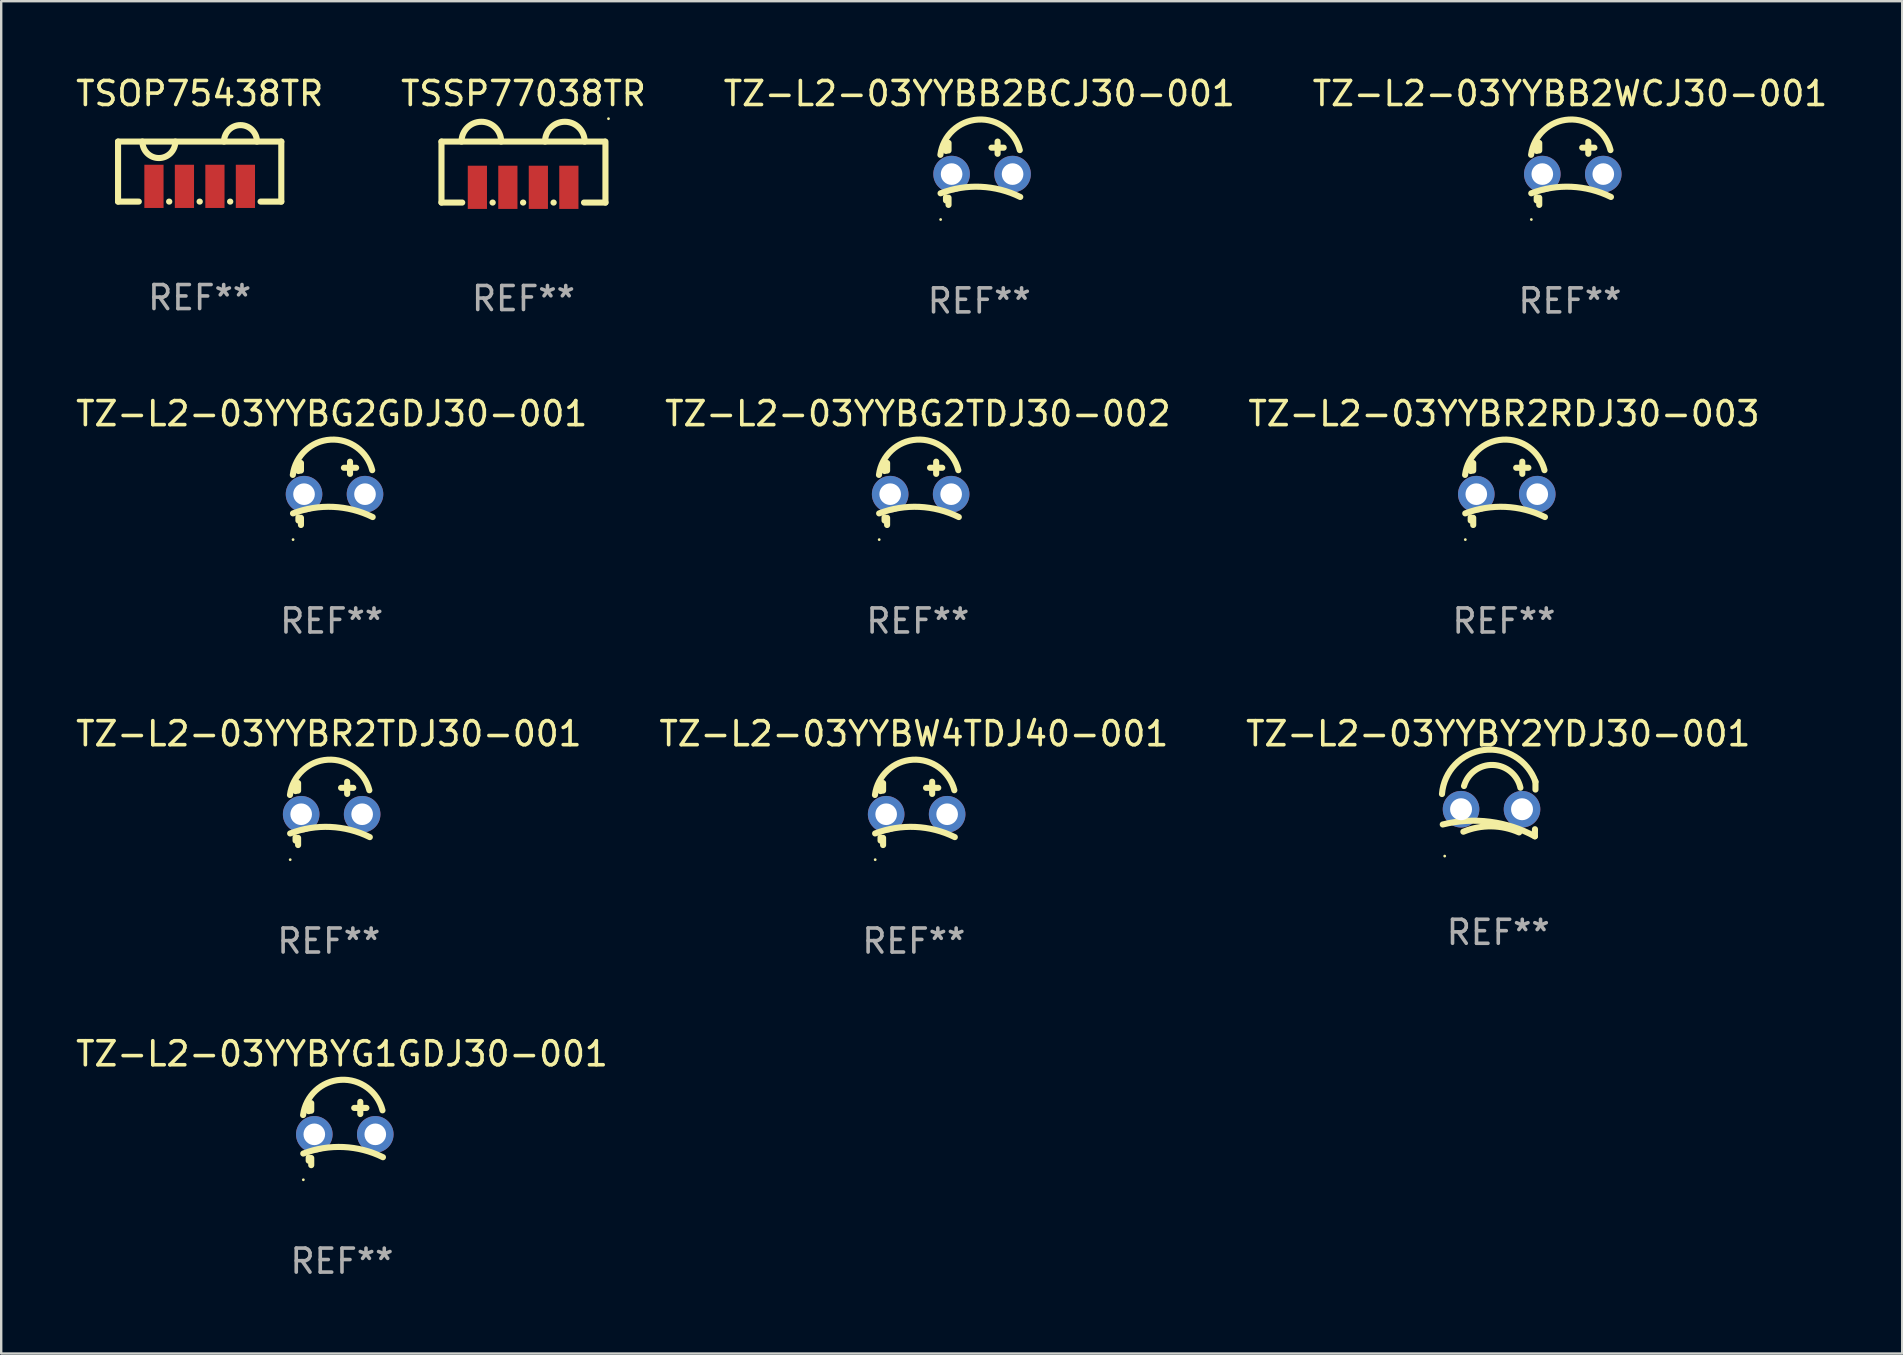
<source format=kicad_pcb>
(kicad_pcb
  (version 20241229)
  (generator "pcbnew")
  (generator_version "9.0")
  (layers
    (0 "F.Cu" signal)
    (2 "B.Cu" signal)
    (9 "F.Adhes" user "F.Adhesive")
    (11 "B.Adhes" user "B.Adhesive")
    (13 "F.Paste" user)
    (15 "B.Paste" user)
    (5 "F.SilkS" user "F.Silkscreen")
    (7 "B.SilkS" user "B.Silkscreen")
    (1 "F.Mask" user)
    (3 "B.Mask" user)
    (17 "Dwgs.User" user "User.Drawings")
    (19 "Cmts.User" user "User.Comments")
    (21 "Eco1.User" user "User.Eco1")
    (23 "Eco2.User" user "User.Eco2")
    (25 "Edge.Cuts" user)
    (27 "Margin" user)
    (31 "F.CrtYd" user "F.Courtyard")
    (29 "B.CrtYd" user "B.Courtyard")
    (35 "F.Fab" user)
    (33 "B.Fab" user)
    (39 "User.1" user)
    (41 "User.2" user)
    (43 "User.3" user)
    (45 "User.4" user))
  (footprint "TZ-L2-03YYBYG1GDJ30-001"
    (layer "F.Cu")
    (at 11.196 44.168)
    (property "Reference" "TZ-L2-03YYBYG1GDJ30-001" (at 0 -3.319 0) (layer "F.SilkS") (effects (font (size 1 1) (thickness 0.15))))
    (attr through_hole)
    (fp_line (start -1.387 -1.142) (end -1.387 -0.93) (stroke (width 0.254) (type solid)) (layer "F.SilkS"))
    (fp_line (start -1.387 1) (end -1.387 1.132) (stroke (width 0.254) (type solid)) (layer "F.SilkS"))
    (fp_line (start -1.281 -1.264) (end -1.281 -0.949) (stroke (width 0.254) (type solid)) (layer "F.SilkS"))
    (fp_line (start -1.281 1.02) (end -1.281 1.319) (stroke (width 0.254) (type solid)) (layer "F.SilkS"))
    (fp_line (start 0.509 -1.065) (end 1.017 -1.065) (stroke (width 0.254) (type solid)) (layer "F.SilkS"))
    (fp_line (start 0.763 -1.319) (end 0.763 -0.811) (stroke (width 0.254) (type solid)) (layer "F.SilkS"))
    (fp_arc (start -1.620104 -0.767996) (mid -0.04794 -2.236357) (end 1.687109 -0.964592) (stroke (width 0.254001) (type solid)) (layer "F.SilkS"))
    (fp_arc (start -1.612891 0.835408) (mid 0.062803 0.564148) (end 1.70654 0.988011) (stroke (width 0.254001) (type solid)) (layer "F.SilkS"))
    (fp_circle (center -1.61 1.928) (end -1.58 1.928) (stroke (width 0.06) (type solid)) (fill no) (layer "F.SilkS"))
    (fp_text user "REF**" (at 0 5.319 0) (layer "F.Fab") (effects (font (size 1 1) (thickness 0.15))))
    (pad "1" thru_hole circle (at -1.153 0.035) (size 1.524 1.524) (drill 0.9) (layers "*.Cu" "*.Mask"))
    (pad "2" thru_hole circle (at 1.387 0.035) (size 1.524 1.524) (drill 0.9) (layers "*.Cu" "*.Mask")))
  (footprint "TZ-L2-03YYBB2WCJ30-001"
    (layer "F.Cu")
    (at 62.351 4.167)
    (property "Reference" "TZ-L2-03YYBB2WCJ30-001" (at 0 -3.319 0) (layer "F.SilkS") (effects (font (size 1 1) (thickness 0.15))))
    (attr through_hole)
    (fp_line (start -1.387 -1.142) (end -1.387 -0.93) (stroke (width 0.254) (type solid)) (layer "F.SilkS"))
    (fp_line (start -1.387 1) (end -1.387 1.132) (stroke (width 0.254) (type solid)) (layer "F.SilkS"))
    (fp_line (start -1.281 -1.264) (end -1.281 -0.949) (stroke (width 0.254) (type solid)) (layer "F.SilkS"))
    (fp_line (start -1.281 1.02) (end -1.281 1.319) (stroke (width 0.254) (type solid)) (layer "F.SilkS"))
    (fp_line (start 0.509 -1.065) (end 1.017 -1.065) (stroke (width 0.254) (type solid)) (layer "F.SilkS"))
    (fp_line (start 0.763 -1.319) (end 0.763 -0.811) (stroke (width 0.254) (type solid)) (layer "F.SilkS"))
    (fp_arc (start -1.620104 -0.767996) (mid -0.04794 -2.236357) (end 1.687109 -0.964592) (stroke (width 0.254001) (type solid)) (layer "F.SilkS"))
    (fp_arc (start -1.612891 0.835408) (mid 0.062803 0.564148) (end 1.70654 0.988011) (stroke (width 0.254001) (type solid)) (layer "F.SilkS"))
    (fp_circle (center -1.61 1.928) (end -1.58 1.928) (stroke (width 0.06) (type solid)) (fill no) (layer "F.SilkS"))
    (fp_text user "REF**" (at 0 5.319 0) (layer "F.Fab") (effects (font (size 1 1) (thickness 0.15))))
    (pad "1" thru_hole circle (at -1.153 0.035) (size 1.524 1.524) (drill 0.9) (layers "*.Cu" "*.Mask"))
    (pad "2" thru_hole circle (at 1.387 0.035) (size 1.524 1.524) (drill 0.9) (layers "*.Cu" "*.Mask")))
  (footprint "TZ-L2-03YYBR2RDJ30-003"
    (layer "F.Cu")
    (at 59.601 17.501)
    (property "Reference" "TZ-L2-03YYBR2RDJ30-003" (at 0 -3.319 0) (layer "F.SilkS") (effects (font (size 1 1) (thickness 0.15))))
    (attr through_hole)
    (fp_line (start -1.387 -1.142) (end -1.387 -0.93) (stroke (width 0.254) (type solid)) (layer "F.SilkS"))
    (fp_line (start -1.387 1) (end -1.387 1.132) (stroke (width 0.254) (type solid)) (layer "F.SilkS"))
    (fp_line (start -1.281 -1.264) (end -1.281 -0.949) (stroke (width 0.254) (type solid)) (layer "F.SilkS"))
    (fp_line (start -1.281 1.02) (end -1.281 1.319) (stroke (width 0.254) (type solid)) (layer "F.SilkS"))
    (fp_line (start 0.509 -1.065) (end 1.017 -1.065) (stroke (width 0.254) (type solid)) (layer "F.SilkS"))
    (fp_line (start 0.763 -1.319) (end 0.763 -0.811) (stroke (width 0.254) (type solid)) (layer "F.SilkS"))
    (fp_arc (start -1.620104 -0.767996) (mid -0.04794 -2.236357) (end 1.687109 -0.964592) (stroke (width 0.254001) (type solid)) (layer "F.SilkS"))
    (fp_arc (start -1.612891 0.835408) (mid 0.062803 0.564148) (end 1.70654 0.988011) (stroke (width 0.254001) (type solid)) (layer "F.SilkS"))
    (fp_circle (center -1.61 1.928) (end -1.58 1.928) (stroke (width 0.06) (type solid)) (fill no) (layer "F.SilkS"))
    (fp_text user "REF**" (at 0 5.319 0) (layer "F.Fab") (effects (font (size 1 1) (thickness 0.15))))
    (pad "1" thru_hole circle (at -1.153 0.035) (size 1.524 1.524) (drill 0.9) (layers "*.Cu" "*.Mask"))
    (pad "2" thru_hole circle (at 1.387 0.035) (size 1.524 1.524) (drill 0.9) (layers "*.Cu" "*.Mask")))
  (footprint "TZ-L2-03YYBG2GDJ30-001"
    (layer "F.Cu")
    (at 10.768 17.501)
    (property "Reference" "TZ-L2-03YYBG2GDJ30-001" (at 0 -3.319 0) (layer "F.SilkS") (effects (font (size 1 1) (thickness 0.15))))
    (attr through_hole)
    (fp_line (start -1.387 -1.142) (end -1.387 -0.93) (stroke (width 0.254) (type solid)) (layer "F.SilkS"))
    (fp_line (start -1.387 1) (end -1.387 1.132) (stroke (width 0.254) (type solid)) (layer "F.SilkS"))
    (fp_line (start -1.281 -1.264) (end -1.281 -0.949) (stroke (width 0.254) (type solid)) (layer "F.SilkS"))
    (fp_line (start -1.281 1.02) (end -1.281 1.319) (stroke (width 0.254) (type solid)) (layer "F.SilkS"))
    (fp_line (start 0.509 -1.065) (end 1.017 -1.065) (stroke (width 0.254) (type solid)) (layer "F.SilkS"))
    (fp_line (start 0.763 -1.319) (end 0.763 -0.811) (stroke (width 0.254) (type solid)) (layer "F.SilkS"))
    (fp_arc (start -1.620104 -0.767996) (mid -0.04794 -2.236357) (end 1.687109 -0.964592) (stroke (width 0.254001) (type solid)) (layer "F.SilkS"))
    (fp_arc (start -1.612891 0.835408) (mid 0.062803 0.564148) (end 1.70654 0.988011) (stroke (width 0.254001) (type solid)) (layer "F.SilkS"))
    (fp_circle (center -1.61 1.928) (end -1.58 1.928) (stroke (width 0.06) (type solid)) (fill no) (layer "F.SilkS"))
    (fp_text user "REF**" (at 0 5.319 0) (layer "F.Fab") (effects (font (size 1 1) (thickness 0.15))))
    (pad "1" thru_hole circle (at -1.153 0.035) (size 1.524 1.524) (drill 0.9) (layers "*.Cu" "*.Mask"))
    (pad "2" thru_hole circle (at 1.387 0.035) (size 1.524 1.524) (drill 0.9) (layers "*.Cu" "*.Mask")))
  (footprint "TSOP75438TR"
    (layer "F.Cu")
    (at 5.268 4.098)
    (property "Reference" "TSOP75438TR" (at 0 -3.25 0) (layer "F.SilkS") (effects (font (size 1 1) (thickness 0.15))))
    (attr through_hole)
    (fp_line (start -3.4 -1.25) (end -3.4 1.25) (stroke (width 0.254) (type solid)) (layer "F.SilkS"))
    (fp_line (start -3.4 1.25) (end -2.536 1.25) (stroke (width 0.254) (type solid)) (layer "F.SilkS"))
    (fp_line (start -1.274 1.25) (end -1.266 1.25) (stroke (width 0.254) (type solid)) (layer "F.SilkS"))
    (fp_line (start -0.004 1.25) (end 0.004 1.25) (stroke (width 0.254) (type solid)) (layer "F.SilkS"))
    (fp_line (start 1.266 1.25) (end 1.274 1.25) (stroke (width 0.254) (type solid)) (layer "F.SilkS"))
    (fp_line (start 2.536 1.25) (end 3.4 1.25) (stroke (width 0.254) (type solid)) (layer "F.SilkS"))
    (fp_line (start 3.4 -1.25) (end -3.4 -1.25) (stroke (width 0.254) (type solid)) (layer "F.SilkS"))
    (fp_line (start 3.4 -1.25) (end 3.4 1.25) (stroke (width 0.254) (type solid)) (layer "F.SilkS"))
    (fp_arc (start -1.014199 -1.25) (mid -1.7 -0.564199) (end -2.385801 -1.25) (stroke (width 0.254001) (type solid)) (layer "F.SilkS"))
    (fp_arc (start 1.014199 -1.25) (mid 1.7 -1.935801) (end 2.385801 -1.25) (stroke (width 0.254001) (type solid)) (layer "F.SilkS"))
    (fp_text user "REF**" (at 0 5.25 0) (layer "F.Fab") (effects (font (size 1 1) (thickness 0.15))))
    (pad "1" smd rect (at 1.905 0.615) (size 0.8 1.8) (layers "F.Cu" "F.Mask" "F.Paste"))
    (pad "2" smd rect (at 0.635 0.615) (size 0.8 1.8) (layers "F.Cu" "F.Mask" "F.Paste"))
    (pad "3" smd rect (at -0.635 0.615) (size 0.8 1.8) (layers "F.Cu" "F.Mask" "F.Paste"))
    (pad "4" smd rect (at -1.905 0.615) (size 0.8 1.8) (layers "F.Cu" "F.Mask" "F.Paste")))
  (footprint "TZ-L2-03YYBW4TDJ40-001"
    (layer "F.Cu")
    (at 35.018 30.834)
    (property "Reference" "TZ-L2-03YYBW4TDJ40-001" (at 0 -3.319 0) (layer "F.SilkS") (effects (font (size 1 1) (thickness 0.15))))
    (attr through_hole)
    (fp_line (start -1.387 -1.142) (end -1.387 -0.93) (stroke (width 0.254) (type solid)) (layer "F.SilkS"))
    (fp_line (start -1.387 1) (end -1.387 1.132) (stroke (width 0.254) (type solid)) (layer "F.SilkS"))
    (fp_line (start -1.281 -1.264) (end -1.281 -0.949) (stroke (width 0.254) (type solid)) (layer "F.SilkS"))
    (fp_line (start -1.281 1.02) (end -1.281 1.319) (stroke (width 0.254) (type solid)) (layer "F.SilkS"))
    (fp_line (start 0.509 -1.065) (end 1.017 -1.065) (stroke (width 0.254) (type solid)) (layer "F.SilkS"))
    (fp_line (start 0.763 -1.319) (end 0.763 -0.811) (stroke (width 0.254) (type solid)) (layer "F.SilkS"))
    (fp_arc (start -1.620104 -0.767996) (mid -0.04794 -2.236357) (end 1.687109 -0.964592) (stroke (width 0.254001) (type solid)) (layer "F.SilkS"))
    (fp_arc (start -1.612891 0.835408) (mid 0.062803 0.564148) (end 1.70654 0.988011) (stroke (width 0.254001) (type solid)) (layer "F.SilkS"))
    (fp_circle (center -1.61 1.928) (end -1.58 1.928) (stroke (width 0.06) (type solid)) (fill no) (layer "F.SilkS"))
    (fp_text user "REF**" (at 0 5.319 0) (layer "F.Fab") (effects (font (size 1 1) (thickness 0.15))))
    (pad "1" thru_hole circle (at -1.153 0.035) (size 1.524 1.524) (drill 0.9) (layers "*.Cu" "*.Mask"))
    (pad "2" thru_hole circle (at 1.387 0.035) (size 1.524 1.524) (drill 0.9) (layers "*.Cu" "*.Mask")))
  (footprint "TZ-L2-03YYBG2TDJ30-002"
    (layer "F.Cu")
    (at 35.185 17.501)
    (property "Reference" "TZ-L2-03YYBG2TDJ30-002" (at 0 -3.319 0) (layer "F.SilkS") (effects (font (size 1 1) (thickness 0.15))))
    (attr through_hole)
    (fp_line (start -1.387 -1.142) (end -1.387 -0.93) (stroke (width 0.254) (type solid)) (layer "F.SilkS"))
    (fp_line (start -1.387 1) (end -1.387 1.132) (stroke (width 0.254) (type solid)) (layer "F.SilkS"))
    (fp_line (start -1.281 -1.264) (end -1.281 -0.949) (stroke (width 0.254) (type solid)) (layer "F.SilkS"))
    (fp_line (start -1.281 1.02) (end -1.281 1.319) (stroke (width 0.254) (type solid)) (layer "F.SilkS"))
    (fp_line (start 0.509 -1.065) (end 1.017 -1.065) (stroke (width 0.254) (type solid)) (layer "F.SilkS"))
    (fp_line (start 0.763 -1.319) (end 0.763 -0.811) (stroke (width 0.254) (type solid)) (layer "F.SilkS"))
    (fp_arc (start -1.620104 -0.767996) (mid -0.04794 -2.236357) (end 1.687109 -0.964592) (stroke (width 0.254001) (type solid)) (layer "F.SilkS"))
    (fp_arc (start -1.612891 0.835408) (mid 0.062803 0.564148) (end 1.70654 0.988011) (stroke (width 0.254001) (type solid)) (layer "F.SilkS"))
    (fp_circle (center -1.61 1.928) (end -1.58 1.928) (stroke (width 0.06) (type solid)) (fill no) (layer "F.SilkS"))
    (fp_text user "REF**" (at 0 5.319 0) (layer "F.Fab") (effects (font (size 1 1) (thickness 0.15))))
    (pad "1" thru_hole circle (at -1.153 0.035) (size 1.524 1.524) (drill 0.9) (layers "*.Cu" "*.Mask"))
    (pad "2" thru_hole circle (at 1.387 0.035) (size 1.524 1.524) (drill 0.9) (layers "*.Cu" "*.Mask")))
  (footprint "TSSP77038TR"
    (layer "F.Cu")
    (at 18.756 4.118)
    (property "Reference" "TSSP77038TR" (at 0 -3.27 0) (layer "F.SilkS") (effects (font (size 1 1) (thickness 0.15))))
    (attr through_hole)
    (fp_line (start -3.415 -1.27) (end -3.415 1.27) (stroke (width 0.254) (type solid)) (layer "F.SilkS"))
    (fp_line (start -3.415 -1.27) (end 3.385 -1.27) (stroke (width 0.254) (type solid)) (layer "F.SilkS"))
    (fp_line (start -3.415 1.27) (end -2.551 1.27) (stroke (width 0.254) (type solid)) (layer "F.SilkS"))
    (fp_line (start -1.288 1.27) (end -1.281 1.27) (stroke (width 0.254) (type solid)) (layer "F.SilkS"))
    (fp_line (start -0.018 1.27) (end -0.011 1.27) (stroke (width 0.254) (type solid)) (layer "F.SilkS"))
    (fp_line (start 1.252 1.27) (end 1.259 1.27) (stroke (width 0.254) (type solid)) (layer "F.SilkS"))
    (fp_line (start 2.522 1.27) (end 3.415 1.27) (stroke (width 0.254) (type solid)) (layer "F.SilkS"))
    (fp_line (start 3.415 1.27) (end 3.415 -1.27) (stroke (width 0.254) (type solid)) (layer "F.SilkS"))
    (fp_arc (start -2.580441 -1.270003) (mid -1.75494 -2.095504) (end -0.929439 -1.270003) (stroke (width 0.254001) (type solid)) (layer "F.SilkS"))
    (fp_arc (start 0.899366 -1.270003) (mid 1.724867 -2.095504) (end 2.550368 -1.270003) (stroke (width 0.254001) (type solid)) (layer "F.SilkS"))
    (fp_circle (center 3.542 -2.223) (end 3.572 -2.223) (stroke (width 0.06) (type solid)) (fill no) (layer "F.SilkS"))
    (fp_text user "REF**" (at 0 5.27 0) (layer "F.Fab") (effects (font (size 1 1) (thickness 0.15))))
    (pad "1" smd rect (at 1.891 0.635) (size 0.8 1.8) (layers "F.Cu" "F.Mask" "F.Paste"))
    (pad "2" smd rect (at 0.62 0.635) (size 0.8 1.8) (layers "F.Cu" "F.Mask" "F.Paste"))
    (pad "3" smd rect (at -0.65 0.635) (size 0.8 1.8) (layers "F.Cu" "F.Mask" "F.Paste"))
    (pad "4" smd rect (at -1.92 0.635) (size 0.8 1.8) (layers "F.Cu" "F.Mask" "F.Paste")))
  (footprint "TZ-L2-03YYBY2YDJ30-001"
    (layer "F.Cu")
    (at 59.363 30.652)
    (property "Reference" "TZ-L2-03YYBY2YDJ30-001" (at 0 -3.137 0) (layer "F.SilkS") (effects (font (size 1 1) (thickness 0.15))))
    (attr through_hole)
    (fp_line (start 1.529 0.842) (end 1.525 1.137) (stroke (width 0.254) (type solid)) (layer "F.SilkS"))
    (fp_line (start 1.55 -1.137) (end 1.55 -0.811) (stroke (width 0.254) (type solid)) (layer "F.SilkS"))
    (fp_arc (start -2.344336 -0.624664) (mid -0.604362 -2.457931) (end 1.550229 -1.136525) (stroke (width 0.254001) (type solid)) (layer "F.SilkS"))
    (fp_arc (start -2.31223 0.643358) (mid -0.347208 0.529557) (end 1.525184 1.136526) (stroke (width 0.254001) (type solid)) (layer "F.SilkS"))
    (fp_arc (start -1.45348 0.944425) (mid -0.289454 0.72139) (end 0.868415 0.974448) (stroke (width 0.254001) (type solid)) (layer "F.SilkS"))
    (fp_arc (start -1.426174 -0.958548) (mid -0.223791 -1.836179) (end 0.922695 -0.88669) (stroke (width 0.254001) (type solid)) (layer "F.SilkS"))
    (fp_circle (center -2.231 1.96) (end -2.201 1.96) (stroke (width 0.06) (type solid)) (fill no) (layer "F.SilkS"))
    (fp_text user "REF**" (at 0 5.137 0) (layer "F.Fab") (effects (font (size 1 1) (thickness 0.15))))
    (pad "1" thru_hole circle (at -1.55 0.008) (size 1.524 1.524) (drill 0.914) (layers "*.Cu" "*.Mask"))
    (pad "2" thru_hole circle (at 0.99 0.008) (size 1.524 1.524) (drill 0.914) (layers "*.Cu" "*.Mask")))
  (footprint "TZ-L2-03YYBB2BCJ30-001"
    (layer "F.Cu")
    (at 37.744 4.167)
    (property "Reference" "TZ-L2-03YYBB2BCJ30-001" (at 0 -3.319 0) (layer "F.SilkS") (effects (font (size 1 1) (thickness 0.15))))
    (attr through_hole)
    (fp_line (start -1.387 -1.142) (end -1.387 -0.93) (stroke (width 0.254) (type solid)) (layer "F.SilkS"))
    (fp_line (start -1.387 1) (end -1.387 1.132) (stroke (width 0.254) (type solid)) (layer "F.SilkS"))
    (fp_line (start -1.281 -1.264) (end -1.281 -0.949) (stroke (width 0.254) (type solid)) (layer "F.SilkS"))
    (fp_line (start -1.281 1.02) (end -1.281 1.319) (stroke (width 0.254) (type solid)) (layer "F.SilkS"))
    (fp_line (start 0.509 -1.065) (end 1.017 -1.065) (stroke (width 0.254) (type solid)) (layer "F.SilkS"))
    (fp_line (start 0.763 -1.319) (end 0.763 -0.811) (stroke (width 0.254) (type solid)) (layer "F.SilkS"))
    (fp_arc (start -1.620104 -0.767996) (mid -0.04794 -2.236357) (end 1.687109 -0.964592) (stroke (width 0.254001) (type solid)) (layer "F.SilkS"))
    (fp_arc (start -1.612891 0.835408) (mid 0.062803 0.564148) (end 1.70654 0.988011) (stroke (width 0.254001) (type solid)) (layer "F.SilkS"))
    (fp_circle (center -1.61 1.928) (end -1.58 1.928) (stroke (width 0.06) (type solid)) (fill no) (layer "F.SilkS"))
    (fp_text user "REF**" (at 0 5.319 0) (layer "F.Fab") (effects (font (size 1 1) (thickness 0.15))))
    (pad "1" thru_hole circle (at -1.153 0.035) (size 1.524 1.524) (drill 0.9) (layers "*.Cu" "*.Mask"))
    (pad "2" thru_hole circle (at 1.387 0.035) (size 1.524 1.524) (drill 0.9) (layers "*.Cu" "*.Mask")))
  (footprint "TZ-L2-03YYBR2TDJ30-001"
    (layer "F.Cu")
    (at 10.649 30.834)
    (property "Reference" "TZ-L2-03YYBR2TDJ30-001" (at 0 -3.319 0) (layer "F.SilkS") (effects (font (size 1 1) (thickness 0.15))))
    (attr through_hole)
    (fp_line (start -1.387 -1.142) (end -1.387 -0.93) (stroke (width 0.254) (type solid)) (layer "F.SilkS"))
    (fp_line (start -1.387 1) (end -1.387 1.132) (stroke (width 0.254) (type solid)) (layer "F.SilkS"))
    (fp_line (start -1.281 -1.264) (end -1.281 -0.949) (stroke (width 0.254) (type solid)) (layer "F.SilkS"))
    (fp_line (start -1.281 1.02) (end -1.281 1.319) (stroke (width 0.254) (type solid)) (layer "F.SilkS"))
    (fp_line (start 0.509 -1.065) (end 1.017 -1.065) (stroke (width 0.254) (type solid)) (layer "F.SilkS"))
    (fp_line (start 0.763 -1.319) (end 0.763 -0.811) (stroke (width 0.254) (type solid)) (layer "F.SilkS"))
    (fp_arc (start -1.620104 -0.767996) (mid -0.04794 -2.236357) (end 1.687109 -0.964592) (stroke (width 0.254001) (type solid)) (layer "F.SilkS"))
    (fp_arc (start -1.612891 0.835408) (mid 0.062803 0.564148) (end 1.70654 0.988011) (stroke (width 0.254001) (type solid)) (layer "F.SilkS"))
    (fp_circle (center -1.61 1.928) (end -1.58 1.928) (stroke (width 0.06) (type solid)) (fill no) (layer "F.SilkS"))
    (fp_text user "REF**" (at 0 5.319 0) (layer "F.Fab") (effects (font (size 1 1) (thickness 0.15))))
    (pad "1" thru_hole circle (at -1.153 0.035) (size 1.524 1.524) (drill 0.9) (layers "*.Cu" "*.Mask"))
    (pad "2" thru_hole circle (at 1.387 0.035) (size 1.524 1.524) (drill 0.9) (layers "*.Cu" "*.Mask")))
  (gr_rect
    (start -3 -3)
    (end 76.19 53.335)
    (stroke (width 0.1) (type default))
    (fill no)
    (layer "Edge.Cuts")))
</source>
